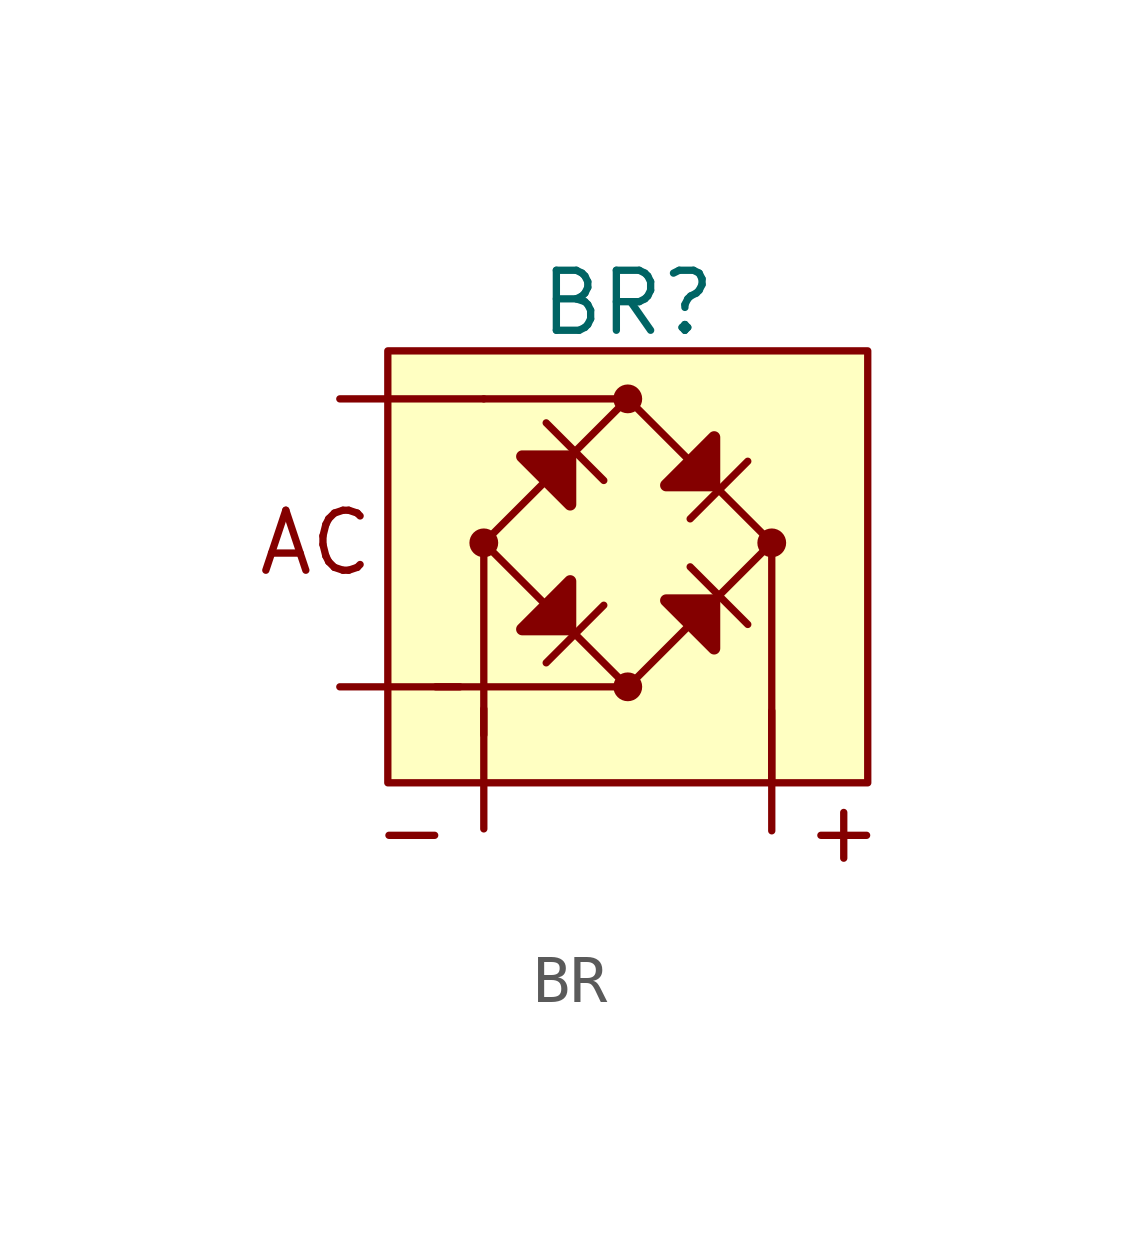
<source format=kicad_sym>
(kicad_symbol_lib
  (version 20241209)
  (generator "kicad_symbol_editor")
  (generator_version "9.0")
  (symbol "BR"
    (pin_numbers
      (hide yes))
    (pin_names
      (hide yes))
    (property "Reference" "BR"
      (at 6 2 0)
      (do_not_autoplace)
      (effects (font (size 1.25 1.25))))
    (symbol "BR_0_1"
      (polyline (pts (xy 3 -3) (xy 6 0)) (stroke (width 0) (type default)) (fill (type none)))
      (polyline (pts (xy 3 -3) (xy 6 -6)) (stroke (width 0) (type default)) (fill (type none)))
      (polyline (pts (xy 4.8 -2.2) (xy 4.8 -1.2) (xy 3.8 -1.2) (xy 4.8 -2.2)) (stroke (width 0.254) (type default)) (fill (type outline)))
      (polyline (pts (xy 4.8 -3.8) (xy 4.8 -4.8) (xy 3.8 -4.8) (xy 4.8 -3.8)) (stroke (width 0.254) (type default)) (fill (type outline)))
      (polyline (pts (xy 6 0) (xy 9 -3)) (stroke (width 0) (type default)) (fill (type none)))
      (polyline (pts (xy 6 -6) (xy 9 -3)) (stroke (width 0) (type default)) (fill (type none)))
      (polyline (pts (xy 6.8 -1.8) (xy 7.8 -1.8) (xy 7.8 -0.8) (xy 6.8 -1.8)) (stroke (width 0.254) (type default)) (fill (type outline)))
      (polyline (pts (xy 6.8 -4.2) (xy 7.8 -4.2) (xy 7.8 -5.2) (xy 6.8 -4.2)) (stroke (width 0.254) (type default)) (fill (type outline))))
    (symbol "BR_1_0"
      (pin unspecified line (at 0 0 0) (length 3) (name "AC" (effects (font (size 1.25 1.25)))) (number "1" (effects (font (size 1.25 1.25)))))
      (pin unspecified line (at 0 -6 0) (length 2.5) (name "AC" (effects (font (size 1.25 1.25)))) (number "2" (effects (font (size 1.25 1.25)))))
      (pin unspecified line (at 3 -8.96 90) (length 2.5) (name "DC_N" (effects (font (size 1.25 1.25)))) (number "4" (effects (font (size 1.25 1.25)))))
      (pin unspecified line (at 9 -9 90) (length 2.5) (name "DC_P" (effects (font (size 1.25 1.25)))) (number "3" (effects (font (size 1.25 1.25))))))
    (symbol "BR_1_1"
      (rectangle (start 1 1) (end 11 -8) (stroke (width 0) (type default)) (fill (type background)))
      (polyline (pts (xy 3 0) (xy 6 0)) (stroke (width 0) (type default)) (fill (type none)))
      (circle (center 3 -3) (radius 0.224) (stroke (width 0) (type default)) (fill (type outline)))
      (polyline (pts (xy 3 -7) (xy 3 -3)) (stroke (width 0) (type default)) (fill (type none)))
      (polyline (pts (xy 5.5 -1.7) (xy 4.3 -0.5)) (stroke (width 0) (type default)) (fill (type none)))
      (polyline (pts (xy 5.5 -4.3) (xy 4.3 -5.5)) (stroke (width 0) (type default)) (fill (type none)))
      (polyline (pts (xy 6 0) (xy 6 0)) (stroke (width 0) (type default)) (fill (type none)))
      (circle (center 6 0) (radius 0.224) (stroke (width 0) (type default)) (fill (type outline)))
      (polyline (pts (xy 6 -6) (xy 2 -6)) (stroke (width 0) (type default)) (fill (type none)))
      (circle (center 6 -6) (radius 0.224) (stroke (width 0) (type default)) (fill (type outline)))
      (polyline (pts (xy 7.3 -2.5) (xy 8.5 -1.3)) (stroke (width 0) (type default)) (fill (type none)))
      (polyline (pts (xy 7.3 -3.5) (xy 8.5 -4.7)) (stroke (width 0) (type default)) (fill (type none)))
      (circle (center 9 -3) (radius 0.224) (stroke (width 0) (type default)) (fill (type outline)))
      (polyline (pts (xy 9 -8) (xy 9 -3)) (stroke (width 0) (type default)) (fill (type none)))
      (text "AC" (at -0.5 -3 0) (effects (font (size 1.25 1.25) (color 132 0 0 1))))
      (text "-" (at 1.5 -9 0) (effects (font (size 1.25 1.25) (color 132 0 0 1))))
      (text "+" (at 10.5 -9 0) (effects (font (size 1.25 1.25) (color 132 0 0 1)))))))
</source>
